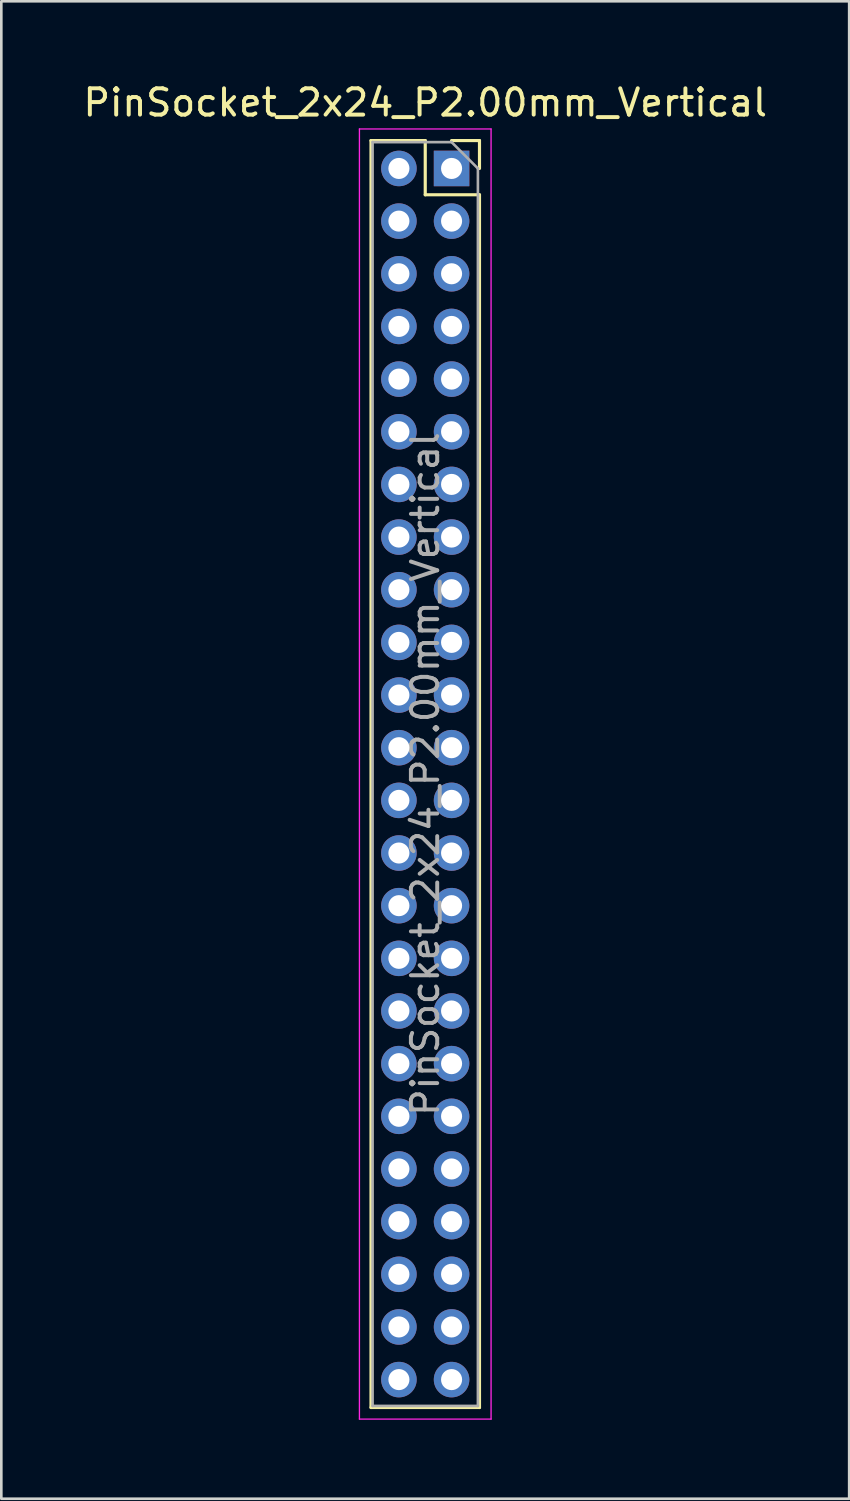
<source format=kicad_pcb>
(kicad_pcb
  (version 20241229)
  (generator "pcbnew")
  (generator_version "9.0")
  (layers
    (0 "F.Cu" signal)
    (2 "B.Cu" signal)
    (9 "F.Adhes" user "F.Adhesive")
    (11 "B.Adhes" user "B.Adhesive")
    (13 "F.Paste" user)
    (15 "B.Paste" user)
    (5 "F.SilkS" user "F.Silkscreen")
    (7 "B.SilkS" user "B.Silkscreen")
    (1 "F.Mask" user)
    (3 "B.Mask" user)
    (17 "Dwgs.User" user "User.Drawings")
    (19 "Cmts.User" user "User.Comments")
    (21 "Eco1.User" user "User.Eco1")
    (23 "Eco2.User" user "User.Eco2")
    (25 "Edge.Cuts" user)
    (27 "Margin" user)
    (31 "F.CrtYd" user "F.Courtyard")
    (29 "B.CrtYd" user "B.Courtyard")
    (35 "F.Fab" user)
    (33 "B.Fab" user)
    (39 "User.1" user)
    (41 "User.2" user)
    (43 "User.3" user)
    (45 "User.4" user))
  (footprint "PinSocket_2x24_P2.00mm_Vertical"
    (layer "F.Cu")
    (at 14.101 3.348)
    (property "Reference" "PinSocket_2x24_P2.00mm_Vertical" (at -1 -2.5 0) (layer "F.SilkS") (effects (font (size 1 1) (thickness 0.15))))
    (attr through_hole)
    (fp_line (start -3.06 -1.06) (end -3.06 47.06) (stroke (width 0.12) (type solid)) (layer "F.SilkS"))
    (fp_line (start -3.06 -1.06) (end -1 -1.06) (stroke (width 0.12) (type solid)) (layer "F.SilkS"))
    (fp_line (start -3.06 47.06) (end 1.06 47.06) (stroke (width 0.12) (type solid)) (layer "F.SilkS"))
    (fp_line (start -1 -1.06) (end -1 1) (stroke (width 0.12) (type solid)) (layer "F.SilkS"))
    (fp_line (start -1 1) (end 1.06 1) (stroke (width 0.12) (type solid)) (layer "F.SilkS"))
    (fp_line (start 0 -1.06) (end 1.06 -1.06) (stroke (width 0.12) (type solid)) (layer "F.SilkS"))
    (fp_line (start 1.06 -1.06) (end 1.06 0) (stroke (width 0.12) (type solid)) (layer "F.SilkS"))
    (fp_line (start 1.06 1) (end 1.06 47.06) (stroke (width 0.12) (type solid)) (layer "F.SilkS"))
    (fp_line (start -3.5 -1.5) (end 1.5 -1.5) (stroke (width 0.05) (type solid)) (layer "F.CrtYd"))
    (fp_line (start -3.5 47.5) (end -3.5 -1.5) (stroke (width 0.05) (type solid)) (layer "F.CrtYd"))
    (fp_line (start 1.5 -1.5) (end 1.5 47.5) (stroke (width 0.05) (type solid)) (layer "F.CrtYd"))
    (fp_line (start 1.5 47.5) (end -3.5 47.5) (stroke (width 0.05) (type solid)) (layer "F.CrtYd"))
    (fp_line (start -3 -1) (end 0 -1) (stroke (width 0.1) (type solid)) (layer "F.Fab"))
    (fp_line (start -3 47) (end -3 -1) (stroke (width 0.1) (type solid)) (layer "F.Fab"))
    (fp_line (start 0 -1) (end 1 0) (stroke (width 0.1) (type solid)) (layer "F.Fab"))
    (fp_line (start 1 0) (end 1 47) (stroke (width 0.1) (type solid)) (layer "F.Fab"))
    (fp_line (start 1 47) (end -3 47) (stroke (width 0.1) (type solid)) (layer "F.Fab"))
    (fp_text user "${REFERENCE}" (at -1 23 90) (layer "F.Fab") (effects (font (size 1 1) (thickness 0.15))))
    (pad "1" thru_hole rect (at 0 0) (size 1.35 1.35) (drill 0.8) (layers "*.Cu" "*.Mask"))
    (pad "2" thru_hole oval (at -2 0) (size 1.35 1.35) (drill 0.8) (layers "*.Cu" "*.Mask"))
    (pad "3" thru_hole oval (at 0 2) (size 1.35 1.35) (drill 0.8) (layers "*.Cu" "*.Mask"))
    (pad "4" thru_hole oval (at -2 2) (size 1.35 1.35) (drill 0.8) (layers "*.Cu" "*.Mask"))
    (pad "5" thru_hole oval (at 0 4) (size 1.35 1.35) (drill 0.8) (layers "*.Cu" "*.Mask"))
    (pad "6" thru_hole oval (at -2 4) (size 1.35 1.35) (drill 0.8) (layers "*.Cu" "*.Mask"))
    (pad "7" thru_hole oval (at 0 6) (size 1.35 1.35) (drill 0.8) (layers "*.Cu" "*.Mask"))
    (pad "8" thru_hole oval (at -2 6) (size 1.35 1.35) (drill 0.8) (layers "*.Cu" "*.Mask"))
    (pad "9" thru_hole oval (at 0 8) (size 1.35 1.35) (drill 0.8) (layers "*.Cu" "*.Mask"))
    (pad "10" thru_hole oval (at -2 8) (size 1.35 1.35) (drill 0.8) (layers "*.Cu" "*.Mask"))
    (pad "11" thru_hole oval (at 0 10) (size 1.35 1.35) (drill 0.8) (layers "*.Cu" "*.Mask"))
    (pad "12" thru_hole oval (at -2 10) (size 1.35 1.35) (drill 0.8) (layers "*.Cu" "*.Mask"))
    (pad "13" thru_hole oval (at 0 12) (size 1.35 1.35) (drill 0.8) (layers "*.Cu" "*.Mask"))
    (pad "14" thru_hole oval (at -2 12) (size 1.35 1.35) (drill 0.8) (layers "*.Cu" "*.Mask"))
    (pad "15" thru_hole oval (at 0 14) (size 1.35 1.35) (drill 0.8) (layers "*.Cu" "*.Mask"))
    (pad "16" thru_hole oval (at -2 14) (size 1.35 1.35) (drill 0.8) (layers "*.Cu" "*.Mask"))
    (pad "17" thru_hole oval (at 0 16) (size 1.35 1.35) (drill 0.8) (layers "*.Cu" "*.Mask"))
    (pad "18" thru_hole oval (at -2 16) (size 1.35 1.35) (drill 0.8) (layers "*.Cu" "*.Mask"))
    (pad "19" thru_hole oval (at 0 18) (size 1.35 1.35) (drill 0.8) (layers "*.Cu" "*.Mask"))
    (pad "20" thru_hole oval (at -2 18) (size 1.35 1.35) (drill 0.8) (layers "*.Cu" "*.Mask"))
    (pad "21" thru_hole oval (at 0 20) (size 1.35 1.35) (drill 0.8) (layers "*.Cu" "*.Mask"))
    (pad "22" thru_hole oval (at -2 20) (size 1.35 1.35) (drill 0.8) (layers "*.Cu" "*.Mask"))
    (pad "23" thru_hole oval (at 0 22) (size 1.35 1.35) (drill 0.8) (layers "*.Cu" "*.Mask"))
    (pad "24" thru_hole oval (at -2 22) (size 1.35 1.35) (drill 0.8) (layers "*.Cu" "*.Mask"))
    (pad "25" thru_hole oval (at 0 24) (size 1.35 1.35) (drill 0.8) (layers "*.Cu" "*.Mask"))
    (pad "26" thru_hole oval (at -2 24) (size 1.35 1.35) (drill 0.8) (layers "*.Cu" "*.Mask"))
    (pad "27" thru_hole oval (at 0 26) (size 1.35 1.35) (drill 0.8) (layers "*.Cu" "*.Mask"))
    (pad "28" thru_hole oval (at -2 26) (size 1.35 1.35) (drill 0.8) (layers "*.Cu" "*.Mask"))
    (pad "29" thru_hole oval (at 0 28) (size 1.35 1.35) (drill 0.8) (layers "*.Cu" "*.Mask"))
    (pad "30" thru_hole oval (at -2 28) (size 1.35 1.35) (drill 0.8) (layers "*.Cu" "*.Mask"))
    (pad "31" thru_hole oval (at 0 30) (size 1.35 1.35) (drill 0.8) (layers "*.Cu" "*.Mask"))
    (pad "32" thru_hole oval (at -2 30) (size 1.35 1.35) (drill 0.8) (layers "*.Cu" "*.Mask"))
    (pad "33" thru_hole oval (at 0 32) (size 1.35 1.35) (drill 0.8) (layers "*.Cu" "*.Mask"))
    (pad "34" thru_hole oval (at -2 32) (size 1.35 1.35) (drill 0.8) (layers "*.Cu" "*.Mask"))
    (pad "35" thru_hole oval (at 0 34) (size 1.35 1.35) (drill 0.8) (layers "*.Cu" "*.Mask"))
    (pad "36" thru_hole oval (at -2 34) (size 1.35 1.35) (drill 0.8) (layers "*.Cu" "*.Mask"))
    (pad "37" thru_hole oval (at 0 36) (size 1.35 1.35) (drill 0.8) (layers "*.Cu" "*.Mask"))
    (pad "38" thru_hole oval (at -2 36) (size 1.35 1.35) (drill 0.8) (layers "*.Cu" "*.Mask"))
    (pad "39" thru_hole oval (at 0 38) (size 1.35 1.35) (drill 0.8) (layers "*.Cu" "*.Mask"))
    (pad "40" thru_hole oval (at -2 38) (size 1.35 1.35) (drill 0.8) (layers "*.Cu" "*.Mask"))
    (pad "41" thru_hole oval (at 0 40) (size 1.35 1.35) (drill 0.8) (layers "*.Cu" "*.Mask"))
    (pad "42" thru_hole oval (at -2 40) (size 1.35 1.35) (drill 0.8) (layers "*.Cu" "*.Mask"))
    (pad "43" thru_hole oval (at 0 42) (size 1.35 1.35) (drill 0.8) (layers "*.Cu" "*.Mask"))
    (pad "44" thru_hole oval (at -2 42) (size 1.35 1.35) (drill 0.8) (layers "*.Cu" "*.Mask"))
    (pad "45" thru_hole oval (at 0 44) (size 1.35 1.35) (drill 0.8) (layers "*.Cu" "*.Mask"))
    (pad "46" thru_hole oval (at -2 44) (size 1.35 1.35) (drill 0.8) (layers "*.Cu" "*.Mask"))
    (pad "47" thru_hole oval (at 0 46) (size 1.35 1.35) (drill 0.8) (layers "*.Cu" "*.Mask"))
    (pad "48" thru_hole oval (at -2 46) (size 1.35 1.35) (drill 0.8) (layers "*.Cu" "*.Mask")))
  (gr_rect
    (start -3 -3)
    (end 29.202 53.873)
    (stroke (width 0.1) (type default))
    (fill no)
    (layer "Edge.Cuts")))
</source>
